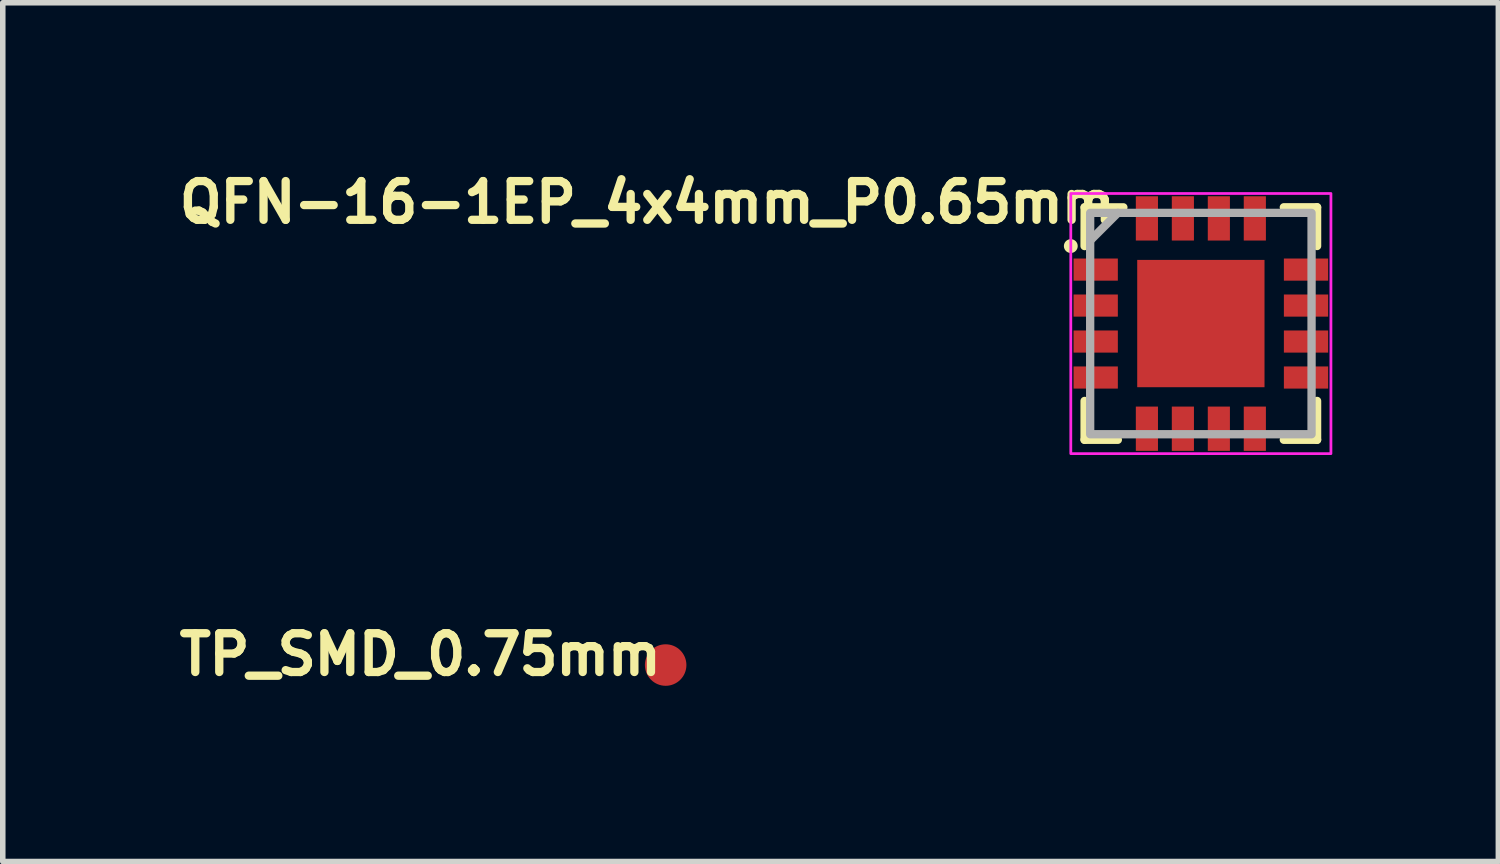
<source format=kicad_pcb>
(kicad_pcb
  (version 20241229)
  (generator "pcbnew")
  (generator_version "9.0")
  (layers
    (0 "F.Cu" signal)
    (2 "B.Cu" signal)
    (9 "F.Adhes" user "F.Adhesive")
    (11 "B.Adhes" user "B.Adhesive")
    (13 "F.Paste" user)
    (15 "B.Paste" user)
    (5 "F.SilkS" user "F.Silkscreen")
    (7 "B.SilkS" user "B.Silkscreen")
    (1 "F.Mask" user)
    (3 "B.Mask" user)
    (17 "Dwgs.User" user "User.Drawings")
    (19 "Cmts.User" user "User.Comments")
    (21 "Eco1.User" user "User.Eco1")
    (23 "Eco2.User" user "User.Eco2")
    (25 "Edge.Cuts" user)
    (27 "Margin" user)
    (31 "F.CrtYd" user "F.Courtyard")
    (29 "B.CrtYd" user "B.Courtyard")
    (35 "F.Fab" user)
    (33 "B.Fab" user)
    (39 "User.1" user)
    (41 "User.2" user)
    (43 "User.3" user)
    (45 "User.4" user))
  (footprint "QFN-16-1EP_4x4mm_P0.65mm"
    (layer "F.Cu")
    (at 18.647 2.796)
    (property "Reference" "QFN-16-1EP_4x4mm_P0.65mm" (at -1.47 -2.6 0) (layer "F.SilkS") (effects (font (size 0.7 0.7) (thickness 0.15)) (justify right top)))
    (attr smd)
    (fp_line (start -2.101 -1.4) (end -2.1 -2.1) (stroke (width 0.15) (type solid)) (layer "F.SilkS"))
    (fp_line (start -2.101 2.1) (end -2.101 1.398) (stroke (width 0.15) (type solid)) (layer "F.SilkS"))
    (fp_line (start -2.1 -2.1) (end -1.4 -2.1) (stroke (width 0.15) (type solid)) (layer "F.SilkS"))
    (fp_line (start -1.5 2.1) (end -2.101 2.1) (stroke (width 0.15) (type solid)) (layer "F.SilkS"))
    (fp_line (start 2.1 -2.101) (end 1.499 -2.101) (stroke (width 0.15) (type solid)) (layer "F.SilkS"))
    (fp_line (start 2.1 -1.401) (end 2.1 -2.101) (stroke (width 0.15) (type solid)) (layer "F.SilkS"))
    (fp_line (start 2.1 1.398) (end 2.1 2.1) (stroke (width 0.15) (type solid)) (layer "F.SilkS"))
    (fp_line (start 2.1 2.1) (end 1.499 2.1) (stroke (width 0.15) (type solid)) (layer "F.SilkS"))
    (fp_circle (center -2.35 -1.4) (end -2.3 -1.4) (stroke (width 0.15) (type solid)) (fill yes) (layer "F.SilkS"))
    (fp_rect (start 2.35 2.35) (end -2.35 -2.35) (stroke (width 0.05) (type solid)) (fill no) (layer "F.CrtYd"))
    (fp_line (start -2 -1.5) (end -1.5 -2) (stroke (width 0.15) (type solid)) (layer "F.Fab"))
    (fp_rect (start -2 -2) (end 2 2) (stroke (width 0.15) (type solid)) (fill no) (layer "F.Fab"))
    (fp_rect (start 1.999 1.999) (end -2 -2) (stroke (width 0.1) (type solid)) (fill no) (layer "User.5"))
    (fp_line (start -2 -1.125) (end -1.99 -1.125) (stroke (width 0.02) (type solid)) (layer "User.9"))
    (fp_line (start -2 -0.826) (end -2 -1.125) (stroke (width 0.02) (type solid)) (layer "User.9"))
    (fp_line (start -2 -0.476) (end -1.99 -0.476) (stroke (width 0.02) (type solid)) (layer "User.9"))
    (fp_line (start -2 -0.176) (end -2 -0.476) (stroke (width 0.02) (type solid)) (layer "User.9"))
    (fp_line (start -2 0.174) (end -1.99 0.174) (stroke (width 0.02) (type solid)) (layer "User.9"))
    (fp_line (start -2 0.474) (end -2 0.174) (stroke (width 0.02) (type solid)) (layer "User.9"))
    (fp_line (start -2 0.824) (end -1.99 0.824) (stroke (width 0.02) (type solid)) (layer "User.9"))
    (fp_line (start -2 1.124) (end -2 0.824) (stroke (width 0.02) (type solid)) (layer "User.9"))
    (fp_line (start -1.99 -1.99) (end 1.989 -1.99) (stroke (width 0.02) (type solid)) (layer "User.9"))
    (fp_line (start -1.99 -0.826) (end -2 -0.826) (stroke (width 0.02) (type solid)) (layer "User.9"))
    (fp_line (start -1.99 -0.176) (end -2 -0.176) (stroke (width 0.02) (type solid)) (layer "User.9"))
    (fp_line (start -1.99 0.474) (end -2 0.474) (stroke (width 0.02) (type solid)) (layer "User.9"))
    (fp_line (start -1.99 1.124) (end -2 1.124) (stroke (width 0.02) (type solid)) (layer "User.9"))
    (fp_line (start -1.99 1.989) (end -1.99 -1.99) (stroke (width 0.02) (type solid)) (layer "User.9"))
    (fp_line (start -1.125 -2) (end -0.826 -2) (stroke (width 0.02) (type solid)) (layer "User.9"))
    (fp_line (start -1.125 -1.99) (end -1.125 -2) (stroke (width 0.02) (type solid)) (layer "User.9"))
    (fp_line (start -1.125 1.999) (end -1.125 1.989) (stroke (width 0.02) (type solid)) (layer "User.9"))
    (fp_line (start -0.826 -2) (end -0.826 -1.99) (stroke (width 0.02) (type solid)) (layer "User.9"))
    (fp_line (start -0.826 1.989) (end -0.826 1.999) (stroke (width 0.02) (type solid)) (layer "User.9"))
    (fp_line (start -0.826 1.999) (end -1.125 1.999) (stroke (width 0.02) (type solid)) (layer "User.9"))
    (fp_line (start -0.476 -2) (end -0.176 -2) (stroke (width 0.02) (type solid)) (layer "User.9"))
    (fp_line (start -0.476 -1.99) (end -0.476 -2) (stroke (width 0.02) (type solid)) (layer "User.9"))
    (fp_line (start -0.476 1.999) (end -0.476 1.989) (stroke (width 0.02) (type solid)) (layer "User.9"))
    (fp_line (start -0.176 -2) (end -0.176 -1.99) (stroke (width 0.02) (type solid)) (layer "User.9"))
    (fp_line (start -0.176 1.989) (end -0.176 1.999) (stroke (width 0.02) (type solid)) (layer "User.9"))
    (fp_line (start -0.176 1.999) (end -0.476 1.999) (stroke (width 0.02) (type solid)) (layer "User.9"))
    (fp_line (start 0.174 -2) (end 0.474 -2) (stroke (width 0.02) (type solid)) (layer "User.9"))
    (fp_line (start 0.174 -1.99) (end 0.174 -2) (stroke (width 0.02) (type solid)) (layer "User.9"))
    (fp_line (start 0.174 1.999) (end 0.174 1.989) (stroke (width 0.02) (type solid)) (layer "User.9"))
    (fp_line (start 0.474 -2) (end 0.474 -1.99) (stroke (width 0.02) (type solid)) (layer "User.9"))
    (fp_line (start 0.474 1.989) (end 0.474 1.999) (stroke (width 0.02) (type solid)) (layer "User.9"))
    (fp_line (start 0.474 1.999) (end 0.174 1.999) (stroke (width 0.02) (type solid)) (layer "User.9"))
    (fp_line (start 0.824 -2) (end 1.124 -2) (stroke (width 0.02) (type solid)) (layer "User.9"))
    (fp_line (start 0.824 -1.99) (end 0.824 -2) (stroke (width 0.02) (type solid)) (layer "User.9"))
    (fp_line (start 0.824 1.999) (end 0.824 1.989) (stroke (width 0.02) (type solid)) (layer "User.9"))
    (fp_line (start 1.124 -2) (end 1.124 -1.99) (stroke (width 0.02) (type solid)) (layer "User.9"))
    (fp_line (start 1.124 1.989) (end 1.124 1.999) (stroke (width 0.02) (type solid)) (layer "User.9"))
    (fp_line (start 1.124 1.999) (end 0.824 1.999) (stroke (width 0.02) (type solid)) (layer "User.9"))
    (fp_line (start 1.989 -1.99) (end 1.989 1.989) (stroke (width 0.02) (type solid)) (layer "User.9"))
    (fp_line (start 1.989 -1.125) (end 1.999 -1.125) (stroke (width 0.02) (type solid)) (layer "User.9"))
    (fp_line (start 1.989 -0.476) (end 1.999 -0.476) (stroke (width 0.02) (type solid)) (layer "User.9"))
    (fp_line (start 1.989 0.174) (end 1.999 0.174) (stroke (width 0.02) (type solid)) (layer "User.9"))
    (fp_line (start 1.989 0.824) (end 1.999 0.824) (stroke (width 0.02) (type solid)) (layer "User.9"))
    (fp_line (start 1.989 1.989) (end -1.99 1.989) (stroke (width 0.02) (type solid)) (layer "User.9"))
    (fp_line (start 1.999 -1.125) (end 1.999 -0.826) (stroke (width 0.02) (type solid)) (layer "User.9"))
    (fp_line (start 1.999 -0.826) (end 1.989 -0.826) (stroke (width 0.02) (type solid)) (layer "User.9"))
    (fp_line (start 1.999 -0.476) (end 1.999 -0.176) (stroke (width 0.02) (type solid)) (layer "User.9"))
    (fp_line (start 1.999 -0.176) (end 1.989 -0.176) (stroke (width 0.02) (type solid)) (layer "User.9"))
    (fp_line (start 1.999 0.174) (end 1.999 0.474) (stroke (width 0.02) (type solid)) (layer "User.9"))
    (fp_line (start 1.999 0.474) (end 1.989 0.474) (stroke (width 0.02) (type solid)) (layer "User.9"))
    (fp_line (start 1.999 0.824) (end 1.999 1.124) (stroke (width 0.02) (type solid)) (layer "User.9"))
    (fp_line (start 1.999 1.124) (end 1.989 1.124) (stroke (width 0.02) (type solid)) (layer "User.9"))
    (fp_circle (center -1.55 -1.55) (end -1.4 -1.55) (stroke (width 0.02) (type solid)) (fill no) (layer "User.9"))
    (pad "1" smd rect (at -1.9 -0.975 180) (size 0.8 0.4) (layers "F.Cu" "F.Mask" "F.Paste"))
    (pad "2" smd rect (at -1.9 -0.325 180) (size 0.8 0.4) (layers "F.Cu" "F.Mask" "F.Paste"))
    (pad "3" smd rect (at -1.9 0.325 180) (size 0.8 0.4) (layers "F.Cu" "F.Mask" "F.Paste"))
    (pad "4" smd rect (at -1.9 0.975 180) (size 0.8 0.4) (layers "F.Cu" "F.Mask" "F.Paste"))
    (pad "5" smd rect (at -0.975 1.9 180) (size 0.4 0.8) (layers "F.Cu" "F.Mask" "F.Paste"))
    (pad "6" smd rect (at -0.325 1.9 180) (size 0.4 0.8) (layers "F.Cu" "F.Mask" "F.Paste"))
    (pad "7" smd rect (at 0.325 1.9 180) (size 0.4 0.8) (layers "F.Cu" "F.Mask" "F.Paste"))
    (pad "8" smd rect (at 0.975 1.9 180) (size 0.4 0.8) (layers "F.Cu" "F.Mask" "F.Paste"))
    (pad "9" smd rect (at 1.9 0.975 180) (size 0.8 0.4) (layers "F.Cu" "F.Mask" "F.Paste"))
    (pad "10" smd rect (at 1.9 0.325 180) (size 0.8 0.4) (layers "F.Cu" "F.Mask" "F.Paste"))
    (pad "11" smd rect (at 1.9 -0.325 180) (size 0.8 0.4) (layers "F.Cu" "F.Mask" "F.Paste"))
    (pad "12" smd rect (at 1.9 -0.975 180) (size 0.8 0.4) (layers "F.Cu" "F.Mask" "F.Paste"))
    (pad "13" smd rect (at 0.975 -1.9 180) (size 0.4 0.8) (layers "F.Cu" "F.Mask" "F.Paste"))
    (pad "14" smd rect (at 0.325 -1.9 180) (size 0.4 0.8) (layers "F.Cu" "F.Mask" "F.Paste"))
    (pad "15" smd rect (at -0.325 -1.9 180) (size 0.4 0.8) (layers "F.Cu" "F.Mask" "F.Paste"))
    (pad "16" smd rect (at -0.975 -1.9 180) (size 0.4 0.8) (layers "F.Cu" "F.Mask" "F.Paste"))
    (pad "17" smd rect (at 0 0 180) (size 2.3 2.3) (layers "F.Cu" "F.Mask" "F.Paste")))
  (footprint "TP_SMD_0.75mm"
    (layer "F.Cu")
    (at 8.977 8.966)
    (property "Reference" "TP_SMD_0.75mm" (at 0 -0.6 0) (layer "F.SilkS") (effects (font (size 0.7 0.7) (thickness 0.15)) (justify right top)))
    (attr smd)
    (pad "1" smd circle (at 0 0 180) (size 0.75 0.75) (layers "F.Cu" "F.Mask")))
  (gr_rect
    (start -3 -3)
    (end 24.022 12.516)
    (stroke (width 0.1) (type default))
    (fill no)
    (layer "Edge.Cuts")))
</source>
